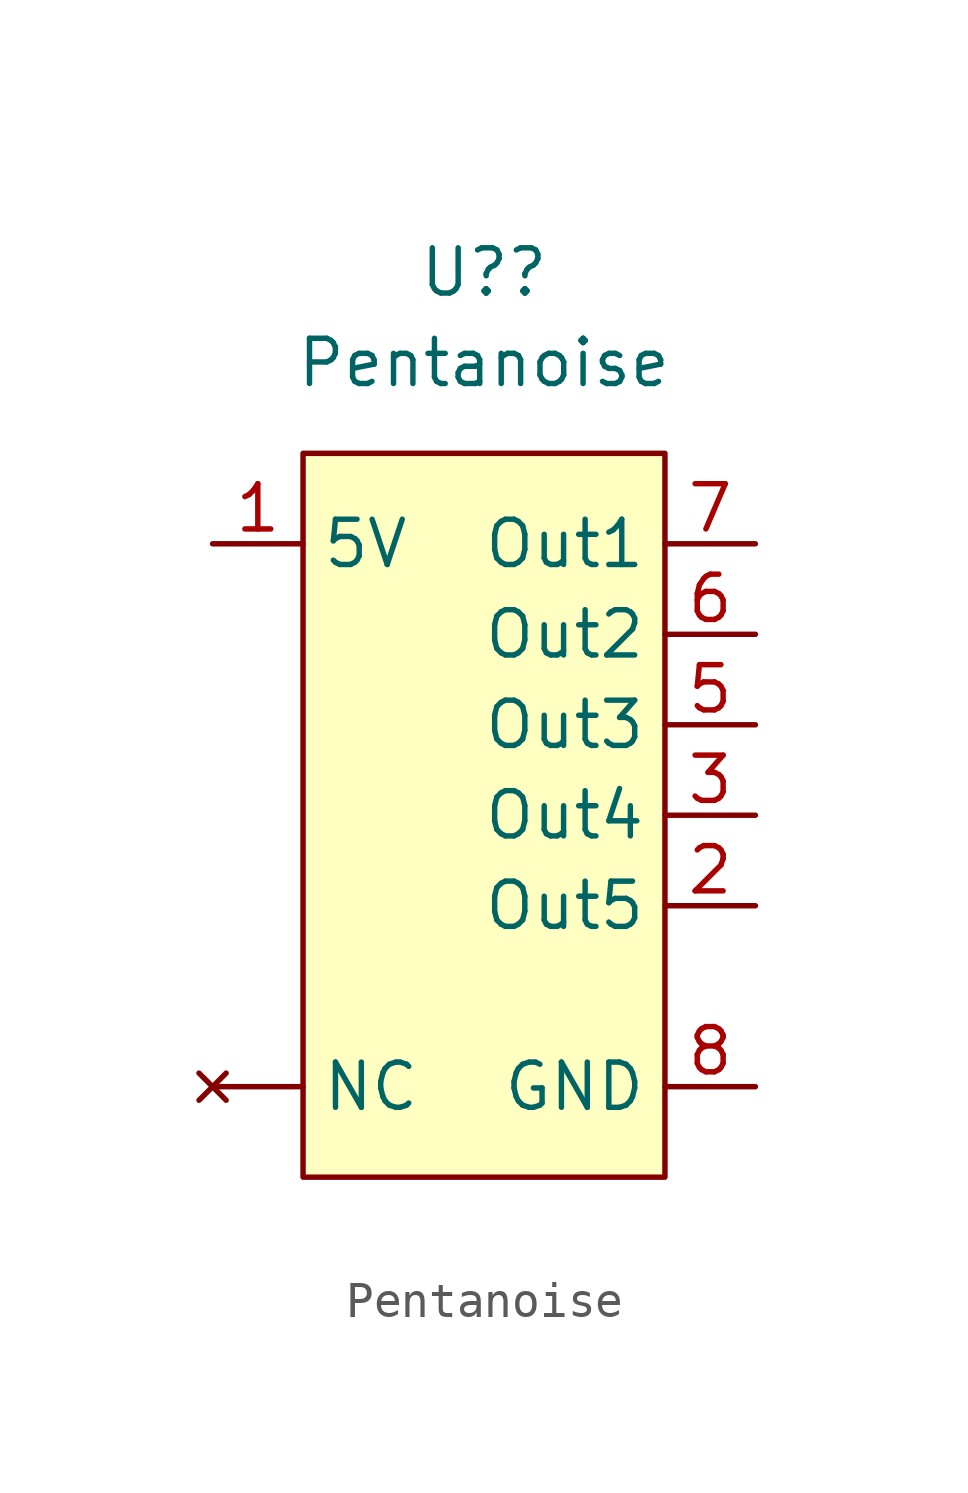
<source format=kicad_sym>
(kicad_symbol_lib
  (version 20211014)
  (generator kicad_symbol_editor)
  (symbol "Pentanoise"
    (property "Reference" "U?"
      (at 0 2.54 0)
      (effects (font (size 1.27 1.27))))
    (property "Value" "Pentanoise"
      (at 0 0 0)
      (effects (font (size 1.27 1.27))))
    (symbol "Pentanoise_0_1"
      (rectangle (start -5.08 -2.54) (end 5.08 -22.86) (stroke (width 0) (type default) (color 0 0 0 0)) (fill (type background))))
    (symbol "Pentanoise_1_1"
      (pin no_connect line (at -7.62 -20.32 0) (length 2.54) (name "NC" (effects (font (size 1.27 1.27)))) (number "" (effects (font (size 1.27 1.27)))))
      (pin power_in line (at -7.62 -5.08 0) (length 2.54) (name "5V" (effects (font (size 1.27 1.27)))) (number "1" (effects (font (size 1.27 1.27)))))
      (pin output line (at 7.62 -15.24 180) (length 2.54) (name "Out5" (effects (font (size 1.27 1.27)))) (number "2" (effects (font (size 1.27 1.27)))))
      (pin output line (at 7.62 -12.7 180) (length 2.54) (name "Out4" (effects (font (size 1.27 1.27)))) (number "3" (effects (font (size 1.27 1.27)))))
      (pin output line (at 7.62 -10.16 180) (length 2.54) (name "Out3" (effects (font (size 1.27 1.27)))) (number "5" (effects (font (size 1.27 1.27)))))
      (pin output line (at 7.62 -7.62 180) (length 2.54) (name "Out2" (effects (font (size 1.27 1.27)))) (number "6" (effects (font (size 1.27 1.27)))))
      (pin output line (at 7.62 -5.08 180) (length 2.54) (name "Out1" (effects (font (size 1.27 1.27)))) (number "7" (effects (font (size 1.27 1.27)))))
      (pin power_in line (at 7.62 -20.32 180) (length 2.54) (name "GND" (effects (font (size 1.27 1.27)))) (number "8" (effects (font (size 1.27 1.27))))))))
</source>
